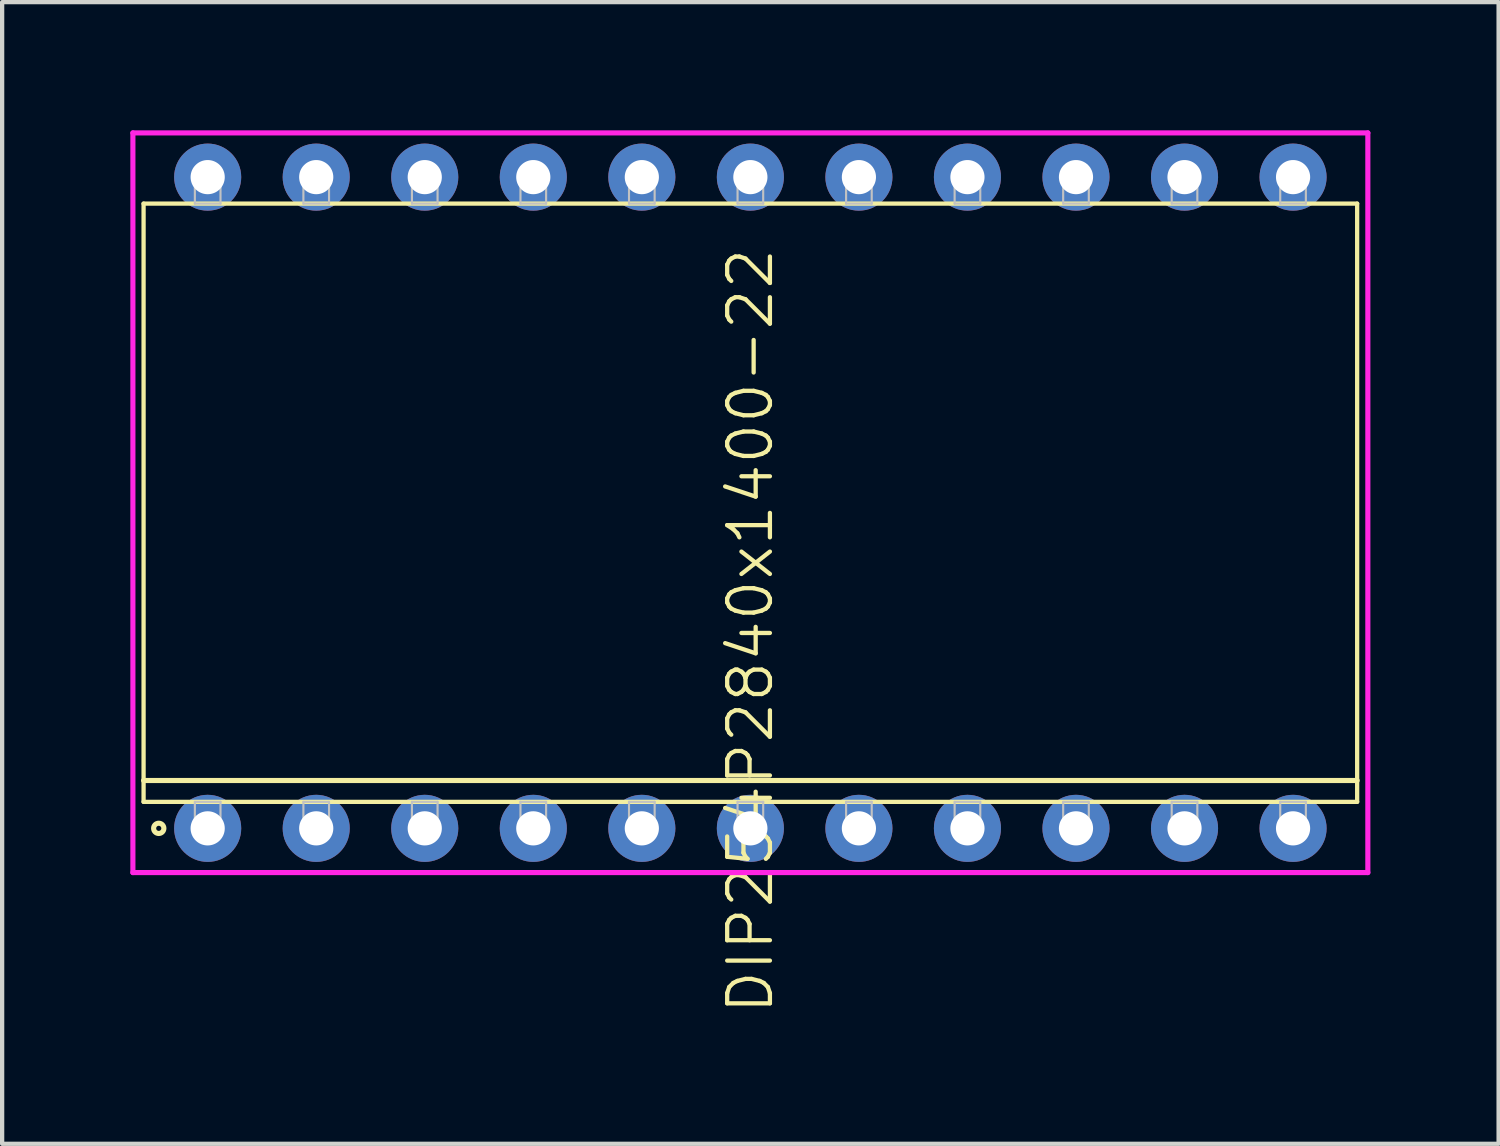
<source format=kicad_pcb>
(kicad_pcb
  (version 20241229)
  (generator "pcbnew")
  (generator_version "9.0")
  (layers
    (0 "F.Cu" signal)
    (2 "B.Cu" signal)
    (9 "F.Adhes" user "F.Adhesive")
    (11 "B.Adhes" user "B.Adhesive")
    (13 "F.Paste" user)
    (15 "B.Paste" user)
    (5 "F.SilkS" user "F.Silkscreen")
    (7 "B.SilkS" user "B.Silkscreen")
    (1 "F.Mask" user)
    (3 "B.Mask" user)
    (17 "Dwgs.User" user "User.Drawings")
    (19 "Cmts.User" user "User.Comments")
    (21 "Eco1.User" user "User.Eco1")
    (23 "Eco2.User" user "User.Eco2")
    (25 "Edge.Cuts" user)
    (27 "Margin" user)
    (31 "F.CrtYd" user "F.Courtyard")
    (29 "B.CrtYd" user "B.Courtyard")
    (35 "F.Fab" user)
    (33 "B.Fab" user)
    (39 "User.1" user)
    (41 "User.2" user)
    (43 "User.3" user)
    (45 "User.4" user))
  (footprint "DIP254P2840x1400-22"
    (layer "F.Cu")
    (at 14.51 8.715)
    (property "Reference" "DIP254P2840x1400-22" (at 0 3 90) (layer "F.SilkS") (effects (font (size 1 1) (thickness 0.1))))
    (attr through_hole)
    (fp_line (start -14.2 -7) (end -14.2 7) (stroke (width 0.1) (type solid)) (layer "F.SilkS"))
    (fp_line (start -14.2 6.5) (end 14.2 6.5) (stroke (width 0.12) (type solid)) (layer "F.SilkS"))
    (fp_line (start -14.2 7) (end 14.2 7) (stroke (width 0.1) (type solid)) (layer "F.SilkS"))
    (fp_line (start 14.2 -7) (end -14.2 -7) (stroke (width 0.1) (type solid)) (layer "F.SilkS"))
    (fp_line (start 14.2 7) (end 14.2 -7) (stroke (width 0.1) (type solid)) (layer "F.SilkS"))
    (fp_circle (center -13.845 7.62) (end -13.725 7.62) (stroke (width 0.12) (type solid)) (fill no) (layer "F.SilkS"))
    (fp_line (start -13 -7.62) (end -13 -7) (stroke (width 0.05) (type solid)) (layer "Dwgs.User"))
    (fp_line (start -13 -7) (end -12.4 -7) (stroke (width 0.05) (type solid)) (layer "Dwgs.User"))
    (fp_line (start -13 7) (end -12.4 7) (stroke (width 0.05) (type solid)) (layer "Dwgs.User"))
    (fp_line (start -13 7.62) (end -13 7) (stroke (width 0.05) (type solid)) (layer "Dwgs.User"))
    (fp_line (start -12.4 -7.62) (end -13 -7.62) (stroke (width 0.05) (type solid)) (layer "Dwgs.User"))
    (fp_line (start -12.4 -7) (end -12.4 -7.62) (stroke (width 0.05) (type solid)) (layer "Dwgs.User"))
    (fp_line (start -12.4 7) (end -12.4 7.62) (stroke (width 0.05) (type solid)) (layer "Dwgs.User"))
    (fp_line (start -12.4 7.62) (end -13 7.62) (stroke (width 0.05) (type solid)) (layer "Dwgs.User"))
    (fp_line (start -10.46 -7.62) (end -10.46 -7) (stroke (width 0.05) (type solid)) (layer "Dwgs.User"))
    (fp_line (start -10.46 -7) (end -9.86 -7) (stroke (width 0.05) (type solid)) (layer "Dwgs.User"))
    (fp_line (start -10.46 7) (end -9.86 7) (stroke (width 0.05) (type solid)) (layer "Dwgs.User"))
    (fp_line (start -10.46 7.62) (end -10.46 7) (stroke (width 0.05) (type solid)) (layer "Dwgs.User"))
    (fp_line (start -9.86 -7.62) (end -10.46 -7.62) (stroke (width 0.05) (type solid)) (layer "Dwgs.User"))
    (fp_line (start -9.86 -7) (end -9.86 -7.62) (stroke (width 0.05) (type solid)) (layer "Dwgs.User"))
    (fp_line (start -9.86 7) (end -9.86 7.62) (stroke (width 0.05) (type solid)) (layer "Dwgs.User"))
    (fp_line (start -9.86 7.62) (end -10.46 7.62) (stroke (width 0.05) (type solid)) (layer "Dwgs.User"))
    (fp_line (start -7.92 -7.62) (end -7.92 -7) (stroke (width 0.05) (type solid)) (layer "Dwgs.User"))
    (fp_line (start -7.92 -7) (end -7.32 -7) (stroke (width 0.05) (type solid)) (layer "Dwgs.User"))
    (fp_line (start -7.92 7) (end -7.32 7) (stroke (width 0.05) (type solid)) (layer "Dwgs.User"))
    (fp_line (start -7.92 7.62) (end -7.92 7) (stroke (width 0.05) (type solid)) (layer "Dwgs.User"))
    (fp_line (start -7.32 -7.62) (end -7.92 -7.62) (stroke (width 0.05) (type solid)) (layer "Dwgs.User"))
    (fp_line (start -7.32 -7) (end -7.32 -7.62) (stroke (width 0.05) (type solid)) (layer "Dwgs.User"))
    (fp_line (start -7.32 7) (end -7.32 7.62) (stroke (width 0.05) (type solid)) (layer "Dwgs.User"))
    (fp_line (start -7.32 7.62) (end -7.92 7.62) (stroke (width 0.05) (type solid)) (layer "Dwgs.User"))
    (fp_line (start -5.38 -7.62) (end -5.38 -7) (stroke (width 0.05) (type solid)) (layer "Dwgs.User"))
    (fp_line (start -5.38 -7) (end -4.78 -7) (stroke (width 0.05) (type solid)) (layer "Dwgs.User"))
    (fp_line (start -5.38 7) (end -4.78 7) (stroke (width 0.05) (type solid)) (layer "Dwgs.User"))
    (fp_line (start -5.38 7.62) (end -5.38 7) (stroke (width 0.05) (type solid)) (layer "Dwgs.User"))
    (fp_line (start -4.78 -7.62) (end -5.38 -7.62) (stroke (width 0.05) (type solid)) (layer "Dwgs.User"))
    (fp_line (start -4.78 -7) (end -4.78 -7.62) (stroke (width 0.05) (type solid)) (layer "Dwgs.User"))
    (fp_line (start -4.78 7) (end -4.78 7.62) (stroke (width 0.05) (type solid)) (layer "Dwgs.User"))
    (fp_line (start -4.78 7.62) (end -5.38 7.62) (stroke (width 0.05) (type solid)) (layer "Dwgs.User"))
    (fp_line (start -2.84 -7.62) (end -2.84 -7) (stroke (width 0.05) (type solid)) (layer "Dwgs.User"))
    (fp_line (start -2.84 -7) (end -2.24 -7) (stroke (width 0.05) (type solid)) (layer "Dwgs.User"))
    (fp_line (start -2.84 7) (end -2.24 7) (stroke (width 0.05) (type solid)) (layer "Dwgs.User"))
    (fp_line (start -2.84 7.62) (end -2.84 7) (stroke (width 0.05) (type solid)) (layer "Dwgs.User"))
    (fp_line (start -2.24 -7.62) (end -2.84 -7.62) (stroke (width 0.05) (type solid)) (layer "Dwgs.User"))
    (fp_line (start -2.24 -7) (end -2.24 -7.62) (stroke (width 0.05) (type solid)) (layer "Dwgs.User"))
    (fp_line (start -2.24 7) (end -2.24 7.62) (stroke (width 0.05) (type solid)) (layer "Dwgs.User"))
    (fp_line (start -2.24 7.62) (end -2.84 7.62) (stroke (width 0.05) (type solid)) (layer "Dwgs.User"))
    (fp_line (start -0.3 -7.62) (end -0.3 -7) (stroke (width 0.05) (type solid)) (layer "Dwgs.User"))
    (fp_line (start -0.3 -7) (end 0.3 -7) (stroke (width 0.05) (type solid)) (layer "Dwgs.User"))
    (fp_line (start -0.3 7) (end 0.3 7) (stroke (width 0.05) (type solid)) (layer "Dwgs.User"))
    (fp_line (start -0.3 7.62) (end -0.3 7) (stroke (width 0.05) (type solid)) (layer "Dwgs.User"))
    (fp_line (start 0.3 -7.62) (end -0.3 -7.62) (stroke (width 0.05) (type solid)) (layer "Dwgs.User"))
    (fp_line (start 0.3 -7) (end 0.3 -7.62) (stroke (width 0.05) (type solid)) (layer "Dwgs.User"))
    (fp_line (start 0.3 7) (end 0.3 7.62) (stroke (width 0.05) (type solid)) (layer "Dwgs.User"))
    (fp_line (start 0.3 7.62) (end -0.3 7.62) (stroke (width 0.05) (type solid)) (layer "Dwgs.User"))
    (fp_line (start 2.24 -7.62) (end 2.24 -7) (stroke (width 0.05) (type solid)) (layer "Dwgs.User"))
    (fp_line (start 2.24 -7) (end 2.84 -7) (stroke (width 0.05) (type solid)) (layer "Dwgs.User"))
    (fp_line (start 2.24 7) (end 2.84 7) (stroke (width 0.05) (type solid)) (layer "Dwgs.User"))
    (fp_line (start 2.24 7.62) (end 2.24 7) (stroke (width 0.05) (type solid)) (layer "Dwgs.User"))
    (fp_line (start 2.84 -7.62) (end 2.24 -7.62) (stroke (width 0.05) (type solid)) (layer "Dwgs.User"))
    (fp_line (start 2.84 -7) (end 2.84 -7.62) (stroke (width 0.05) (type solid)) (layer "Dwgs.User"))
    (fp_line (start 2.84 7) (end 2.84 7.62) (stroke (width 0.05) (type solid)) (layer "Dwgs.User"))
    (fp_line (start 2.84 7.62) (end 2.24 7.62) (stroke (width 0.05) (type solid)) (layer "Dwgs.User"))
    (fp_line (start 4.78 -7.62) (end 4.78 -7) (stroke (width 0.05) (type solid)) (layer "Dwgs.User"))
    (fp_line (start 4.78 -7) (end 5.38 -7) (stroke (width 0.05) (type solid)) (layer "Dwgs.User"))
    (fp_line (start 4.78 7) (end 5.38 7) (stroke (width 0.05) (type solid)) (layer "Dwgs.User"))
    (fp_line (start 4.78 7.62) (end 4.78 7) (stroke (width 0.05) (type solid)) (layer "Dwgs.User"))
    (fp_line (start 5.38 -7.62) (end 4.78 -7.62) (stroke (width 0.05) (type solid)) (layer "Dwgs.User"))
    (fp_line (start 5.38 -7) (end 5.38 -7.62) (stroke (width 0.05) (type solid)) (layer "Dwgs.User"))
    (fp_line (start 5.38 7) (end 5.38 7.62) (stroke (width 0.05) (type solid)) (layer "Dwgs.User"))
    (fp_line (start 5.38 7.62) (end 4.78 7.62) (stroke (width 0.05) (type solid)) (layer "Dwgs.User"))
    (fp_line (start 7.32 -7.62) (end 7.32 -7) (stroke (width 0.05) (type solid)) (layer "Dwgs.User"))
    (fp_line (start 7.32 -7) (end 7.92 -7) (stroke (width 0.05) (type solid)) (layer "Dwgs.User"))
    (fp_line (start 7.32 7) (end 7.92 7) (stroke (width 0.05) (type solid)) (layer "Dwgs.User"))
    (fp_line (start 7.32 7.62) (end 7.32 7) (stroke (width 0.05) (type solid)) (layer "Dwgs.User"))
    (fp_line (start 7.92 -7.62) (end 7.32 -7.62) (stroke (width 0.05) (type solid)) (layer "Dwgs.User"))
    (fp_line (start 7.92 -7) (end 7.92 -7.62) (stroke (width 0.05) (type solid)) (layer "Dwgs.User"))
    (fp_line (start 7.92 7) (end 7.92 7.62) (stroke (width 0.05) (type solid)) (layer "Dwgs.User"))
    (fp_line (start 7.92 7.62) (end 7.32 7.62) (stroke (width 0.05) (type solid)) (layer "Dwgs.User"))
    (fp_line (start 9.86 -7.62) (end 9.86 -7) (stroke (width 0.05) (type solid)) (layer "Dwgs.User"))
    (fp_line (start 9.86 -7) (end 10.46 -7) (stroke (width 0.05) (type solid)) (layer "Dwgs.User"))
    (fp_line (start 9.86 7) (end 10.46 7) (stroke (width 0.05) (type solid)) (layer "Dwgs.User"))
    (fp_line (start 9.86 7.62) (end 9.86 7) (stroke (width 0.05) (type solid)) (layer "Dwgs.User"))
    (fp_line (start 10.46 -7.62) (end 9.86 -7.62) (stroke (width 0.05) (type solid)) (layer "Dwgs.User"))
    (fp_line (start 10.46 -7) (end 10.46 -7.62) (stroke (width 0.05) (type solid)) (layer "Dwgs.User"))
    (fp_line (start 10.46 7) (end 10.46 7.62) (stroke (width 0.05) (type solid)) (layer "Dwgs.User"))
    (fp_line (start 10.46 7.62) (end 9.86 7.62) (stroke (width 0.05) (type solid)) (layer "Dwgs.User"))
    (fp_line (start 12.4 -7.62) (end 12.4 -7) (stroke (width 0.05) (type solid)) (layer "Dwgs.User"))
    (fp_line (start 12.4 -7) (end 13 -7) (stroke (width 0.05) (type solid)) (layer "Dwgs.User"))
    (fp_line (start 12.4 7) (end 13 7) (stroke (width 0.05) (type solid)) (layer "Dwgs.User"))
    (fp_line (start 12.4 7.62) (end 12.4 7) (stroke (width 0.05) (type solid)) (layer "Dwgs.User"))
    (fp_line (start 13 -7.62) (end 12.4 -7.62) (stroke (width 0.05) (type solid)) (layer "Dwgs.User"))
    (fp_line (start 13 -7) (end 13 -7.62) (stroke (width 0.05) (type solid)) (layer "Dwgs.User"))
    (fp_line (start 13 7) (end 13 7.62) (stroke (width 0.05) (type solid)) (layer "Dwgs.User"))
    (fp_line (start 13 7.62) (end 12.4 7.62) (stroke (width 0.05) (type solid)) (layer "Dwgs.User"))
    (fp_line (start -14.45 -8.655) (end -14.45 8.655) (stroke (width 0.12) (type solid)) (layer "F.CrtYd"))
    (fp_line (start -14.45 8.655) (end 14.45 8.655) (stroke (width 0.12) (type solid)) (layer "F.CrtYd"))
    (fp_line (start 14.45 -8.655) (end -14.45 -8.655) (stroke (width 0.12) (type solid)) (layer "F.CrtYd"))
    (fp_line (start 14.45 8.655) (end 14.45 -8.655) (stroke (width 0.12) (type solid)) (layer "F.CrtYd"))
    (pad "1" thru_hole oval (at -12.7 -7.62) (size 1.57 1.57) (drill 0.8) (layers "*.Cu" "*.Mask"))
    (pad "1" thru_hole oval (at -12.7 7.62) (size 1.57 1.57) (drill 0.8) (layers "*.Cu" "*.Mask"))
    (pad "1" thru_hole oval (at -10.16 -7.62) (size 1.57 1.57) (drill 0.8) (layers "*.Cu" "*.Mask"))
    (pad "1" thru_hole oval (at -7.62 -7.62) (size 1.57 1.57) (drill 0.8) (layers "*.Cu" "*.Mask"))
    (pad "1" thru_hole oval (at -5.08 -7.62) (size 1.57 1.57) (drill 0.8) (layers "*.Cu" "*.Mask"))
    (pad "1" thru_hole oval (at -2.54 -7.62) (size 1.57 1.57) (drill 0.8) (layers "*.Cu" "*.Mask"))
    (pad "1" thru_hole oval (at 0 -7.62) (size 1.57 1.57) (drill 0.8) (layers "*.Cu" "*.Mask"))
    (pad "1" thru_hole oval (at 2.54 -7.62) (size 1.57 1.57) (drill 0.8) (layers "*.Cu" "*.Mask"))
    (pad "1" thru_hole oval (at 5.08 -7.62) (size 1.57 1.57) (drill 0.8) (layers "*.Cu" "*.Mask"))
    (pad "1" thru_hole oval (at 7.62 -7.62) (size 1.57 1.57) (drill 0.8) (layers "*.Cu" "*.Mask"))
    (pad "1" thru_hole oval (at 10.16 -7.62) (size 1.57 1.57) (drill 0.8) (layers "*.Cu" "*.Mask"))
    (pad "1" thru_hole oval (at 12.7 -7.62) (size 1.57 1.57) (drill 0.8) (layers "*.Cu" "*.Mask"))
    (pad "2" thru_hole oval (at -10.16 7.62) (size 1.57 1.57) (drill 0.8) (layers "*.Cu" "*.Mask"))
    (pad "3" thru_hole oval (at -7.62 7.62) (size 1.57 1.57) (drill 0.8) (layers "*.Cu" "*.Mask"))
    (pad "4" thru_hole oval (at -5.08 7.62) (size 1.57 1.57) (drill 0.8) (layers "*.Cu" "*.Mask"))
    (pad "5" thru_hole oval (at -2.54 7.62) (size 1.57 1.57) (drill 0.8) (layers "*.Cu" "*.Mask"))
    (pad "6" thru_hole oval (at 0 7.62) (size 1.57 1.57) (drill 0.8) (layers "*.Cu" "*.Mask"))
    (pad "7" thru_hole oval (at 2.54 7.62) (size 1.57 1.57) (drill 0.8) (layers "*.Cu" "*.Mask"))
    (pad "8" thru_hole oval (at 5.08 7.62) (size 1.57 1.57) (drill 0.8) (layers "*.Cu" "*.Mask"))
    (pad "9" thru_hole oval (at 7.62 7.62) (size 1.57 1.57) (drill 0.8) (layers "*.Cu" "*.Mask"))
    (pad "10" thru_hole oval (at 10.16 7.62) (size 1.57 1.57) (drill 0.8) (layers "*.Cu" "*.Mask"))
    (pad "11" thru_hole oval (at 12.7 7.62) (size 1.57 1.57) (drill 0.8) (layers "*.Cu" "*.Mask")))
  (gr_rect
    (start -3 -3)
    (end 32.02 23.717)
    (stroke (width 0.1) (type default))
    (fill no)
    (layer "Edge.Cuts")))
</source>
